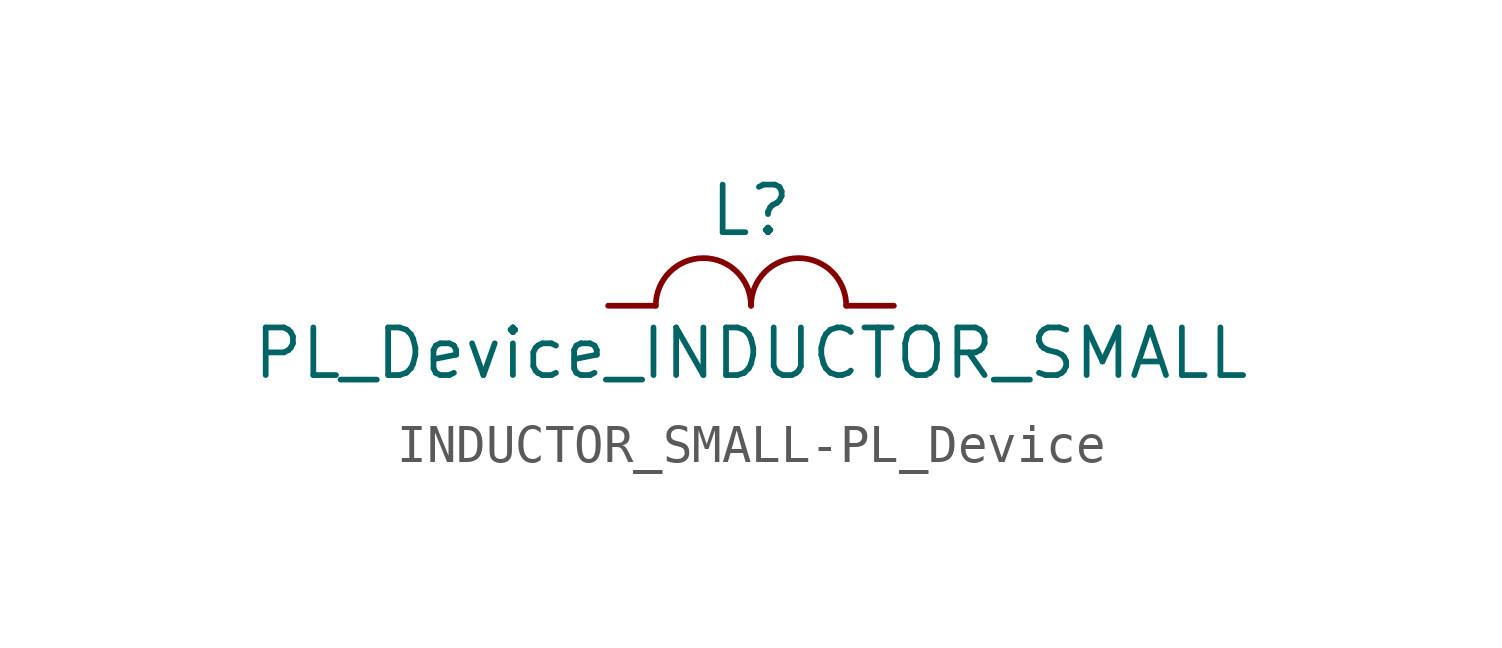
<source format=kicad_sym>
(kicad_symbol_lib
  (version 20220914)
  (generator kicad_symbol_editor)
  (symbol "INDUCTOR_SMALL-PL_Device"
    (pin_numbers hide)
    (pin_names
      (offset 0) hide)
    (property "Reference" "L"
      (at 0 2.54 0)
      (effects (font (size 1.27 1.27))))
    (property "Value" "PL_Device_INDUCTOR_SMALL"
      (at 0 -1.27 0)
      (effects (font (size 1.27 1.27))))
    (property "Footprint" ""
      (at 0 0 0)
      (effects (font (size 1.27 1.27))))
    (property "Datasheet" ""
      (at 0 0 0)
      (effects (font (size 1.27 1.27))))
    (symbol "INDUCTOR_SMALL-PL_Device_0_1"
      (arc (start 0 0) (mid -1.27 1.2645) (end -2.54 0) (stroke (width 0) (type solid)) (fill (type none)))
      (arc (start 2.54 0) (mid 1.27 1.2645) (end 0 0) (stroke (width 0) (type solid)) (fill (type none))))
    (symbol "INDUCTOR_SMALL-PL_Device_1_1"
      (pin input line (at -3.81 0 0) (length 1.27) (name "1" (effects (font (size 0.762 0.762)))) (number "1" (effects (font (size 0.762 0.762)))))
      (pin input line (at 3.81 0 180) (length 1.27) (name "2" (effects (font (size 0.762 0.762)))) (number "2" (effects (font (size 0.762 0.762))))))))
</source>
